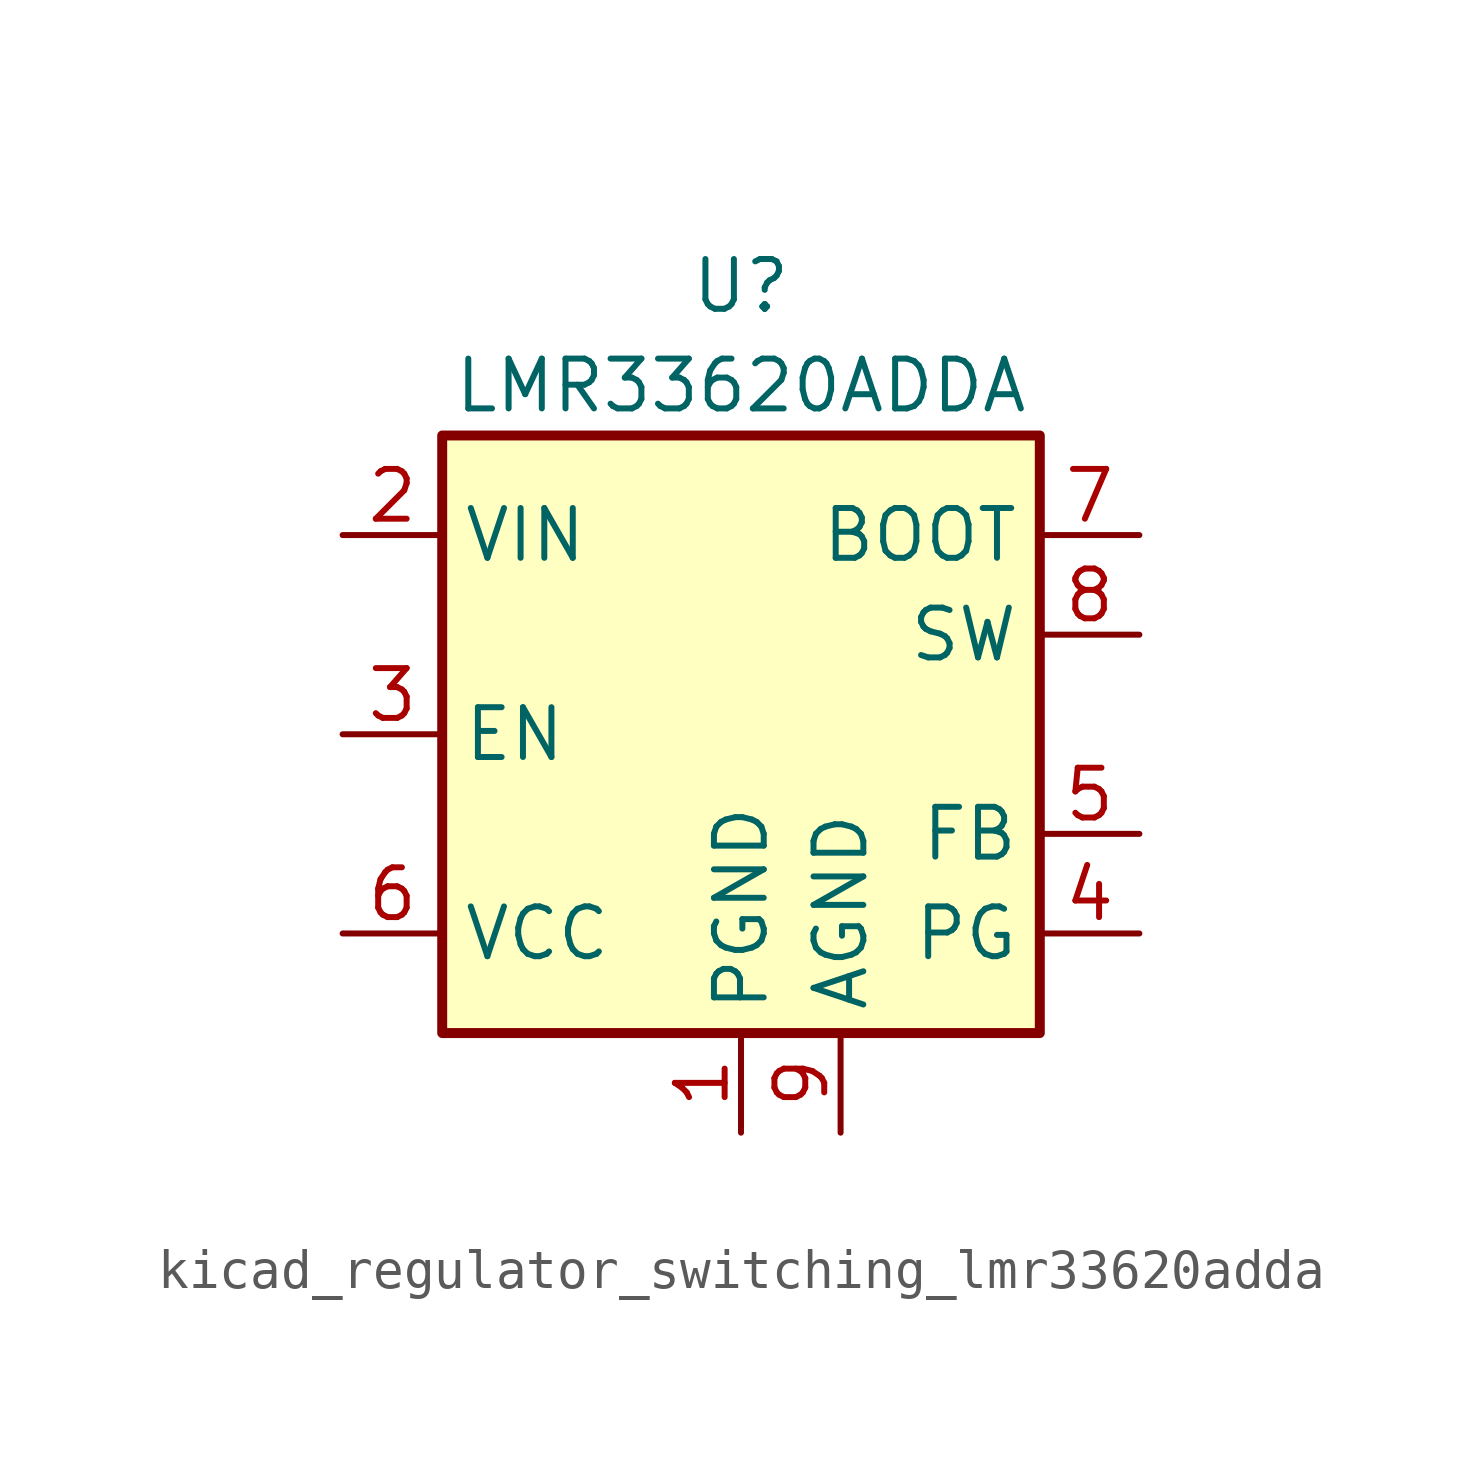
<source format=kicad_sym>
(kicad_symbol_lib
  (version 20220914)
  (generator kicad_symbol_editor)
  (symbol "kicad_regulator_switching_lmr33620adda"
    (property "Reference" "U"
      (at 0 11.43 0)
      (effects (font (size 1.27 1.27))))
    (property "Value" "LMR33620ADDA"
      (at 0 8.89 0)
      (effects (font (size 1.27 1.27))))
    (symbol "kicad_regulator_switching_lmr33620adda_0_1"
      (rectangle (start -7.62 7.62) (end 7.62 -7.62) (stroke (width 0.254) (type default)) (fill (type background))))
    (symbol "kicad_regulator_switching_lmr33620adda_1_1"
      (pin power_in line (at 0 -10.16 90) (length 2.54) (name "PGND" (effects (font (size 1.27 1.27)))) (number "1" (effects (font (size 1.27 1.27)))))
      (pin power_in line (at -10.16 5.08 0) (length 2.54) (name "VIN" (effects (font (size 1.27 1.27)))) (number "2" (effects (font (size 1.27 1.27)))))
      (pin input line (at -10.16 0 0) (length 2.54) (name "EN" (effects (font (size 1.27 1.27)))) (number "3" (effects (font (size 1.27 1.27)))))
      (pin open_collector line (at 10.16 -5.08 180) (length 2.54) (name "PG" (effects (font (size 1.27 1.27)))) (number "4" (effects (font (size 1.27 1.27)))))
      (pin input line (at 10.16 -2.54 180) (length 2.54) (name "FB" (effects (font (size 1.27 1.27)))) (number "5" (effects (font (size 1.27 1.27)))))
      (pin power_out line (at -10.16 -5.08 0) (length 2.54) (name "VCC" (effects (font (size 1.27 1.27)))) (number "6" (effects (font (size 1.27 1.27)))))
      (pin input line (at 10.16 5.08 180) (length 2.54) (name "BOOT" (effects (font (size 1.27 1.27)))) (number "7" (effects (font (size 1.27 1.27)))))
      (pin output line (at 10.16 2.54 180) (length 2.54) (name "SW" (effects (font (size 1.27 1.27)))) (number "8" (effects (font (size 1.27 1.27)))))
      (pin power_in line (at 2.54 -10.16 90) (length 2.54) (name "AGND" (effects (font (size 1.27 1.27)))) (number "9" (effects (font (size 1.27 1.27))))))))
</source>
